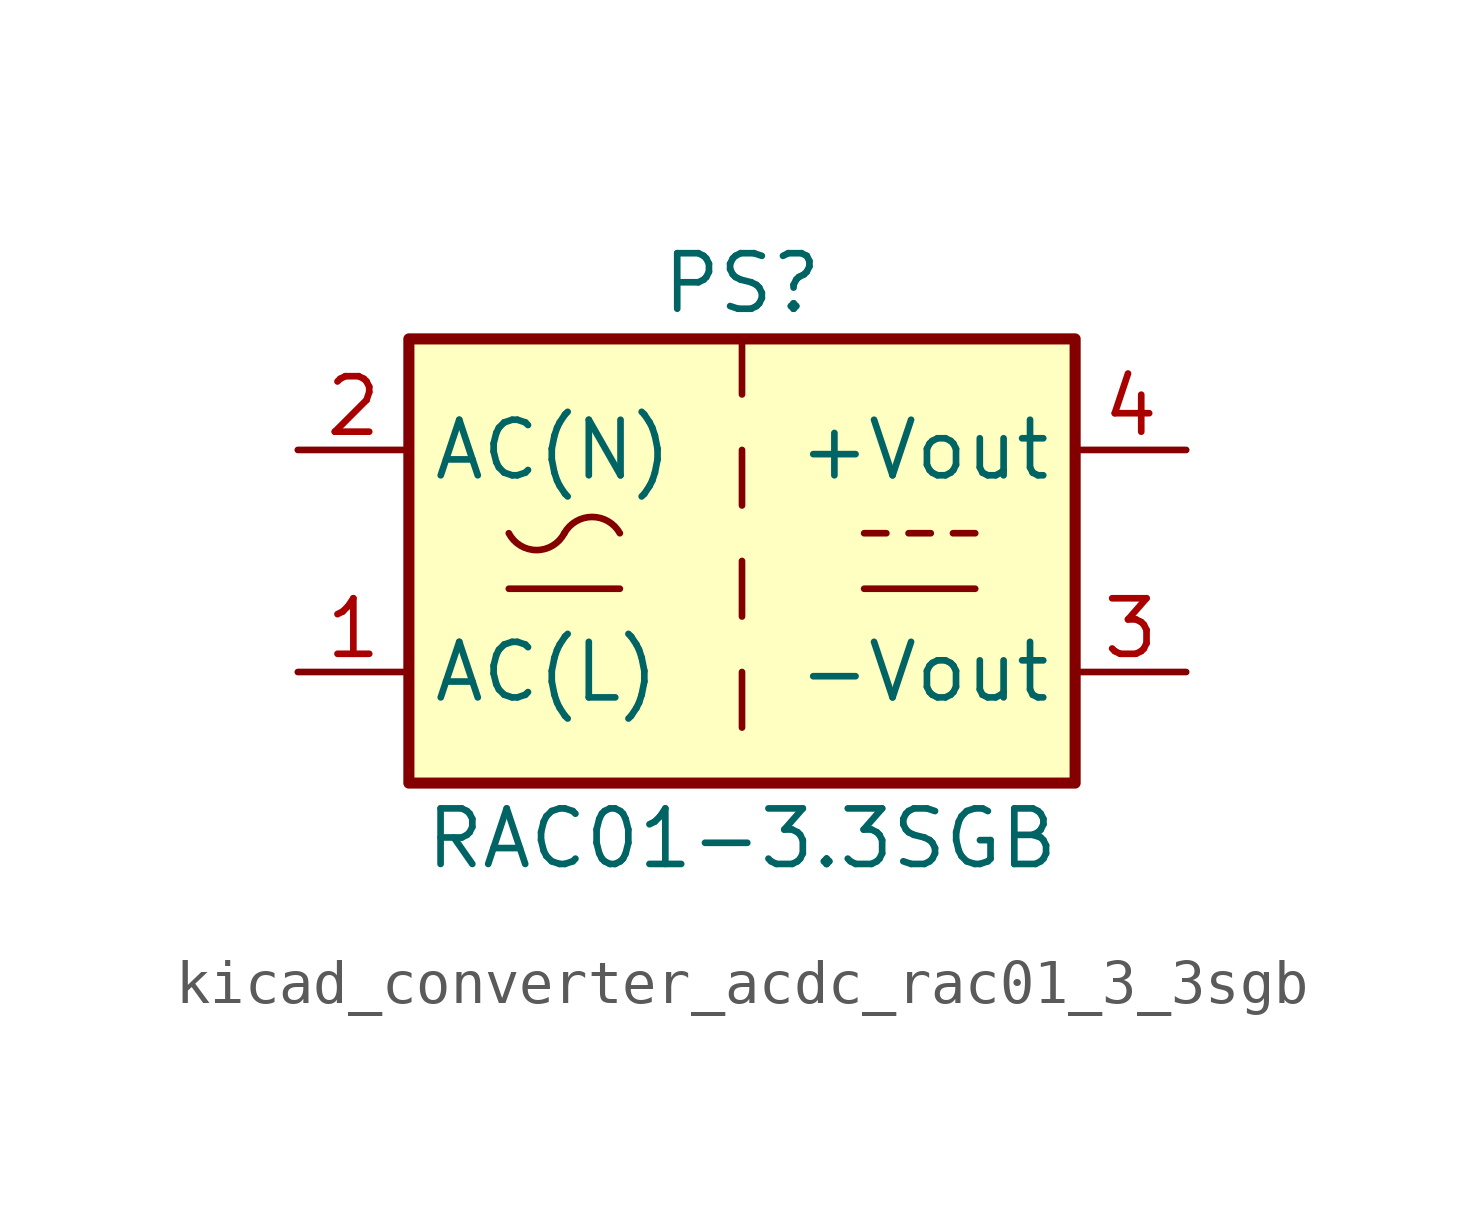
<source format=kicad_sym>
(kicad_symbol_lib
  (version 20220914)
  (generator kicad_symbol_editor)
  (symbol "kicad_converter_acdc_rac01_3_3sgb"
    (property "Reference" "PS"
      (at 0 6.35 0)
      (effects (font (size 1.27 1.27))))
    (property "Value" "RAC01-3.3SGB"
      (at 0 -6.35 0)
      (effects (font (size 1.27 1.27))))
    (symbol "kicad_converter_acdc_rac01_3_3sgb_1_1"
      (rectangle (start -7.62 5.08) (end 7.62 -5.08) (stroke (width 0.254) (type default)) (fill (type background)))
      (arc (start -5.334 0.635) (mid -4.699 0.2495) (end -4.064 0.635) (stroke (width 0) (type default)) (fill (type none)))
      (arc (start -2.794 0.635) (mid -3.429 1.0072) (end -4.064 0.635) (stroke (width 0) (type default)) (fill (type none)))
      (polyline (pts (xy -5.334 -0.635) (xy -2.794 -0.635)) (stroke (width 0) (type default)) (fill (type none)))
      (polyline (pts (xy 0 -2.54) (xy 0 -3.81)) (stroke (width 0) (type default)) (fill (type none)))
      (polyline (pts (xy 0 0) (xy 0 -1.27)) (stroke (width 0) (type default)) (fill (type none)))
      (polyline (pts (xy 0 2.54) (xy 0 1.27)) (stroke (width 0) (type default)) (fill (type none)))
      (polyline (pts (xy 0 5.08) (xy 0 3.81)) (stroke (width 0) (type default)) (fill (type none)))
      (polyline (pts (xy 2.794 -0.635) (xy 5.334 -0.635)) (stroke (width 0) (type default)) (fill (type none)))
      (polyline (pts (xy 2.794 0.635) (xy 3.302 0.635)) (stroke (width 0) (type default)) (fill (type none)))
      (polyline (pts (xy 3.81 0.635) (xy 4.318 0.635)) (stroke (width 0) (type default)) (fill (type none)))
      (polyline (pts (xy 4.826 0.635) (xy 5.334 0.635)) (stroke (width 0) (type default)) (fill (type none)))
      (pin power_in line (at -10.16 -2.54 0) (length 2.54) (name "AC(L)" (effects (font (size 1.27 1.27)))) (number "1" (effects (font (size 1.27 1.27)))))
      (pin power_in line (at -10.16 2.54 0) (length 2.54) (name "AC(N)" (effects (font (size 1.27 1.27)))) (number "2" (effects (font (size 1.27 1.27)))))
      (pin power_out line (at 10.16 -2.54 180) (length 2.54) (name "-Vout" (effects (font (size 1.27 1.27)))) (number "3" (effects (font (size 1.27 1.27)))))
      (pin power_out line (at 10.16 2.54 180) (length 2.54) (name "+Vout" (effects (font (size 1.27 1.27)))) (number "4" (effects (font (size 1.27 1.27))))))))
</source>
